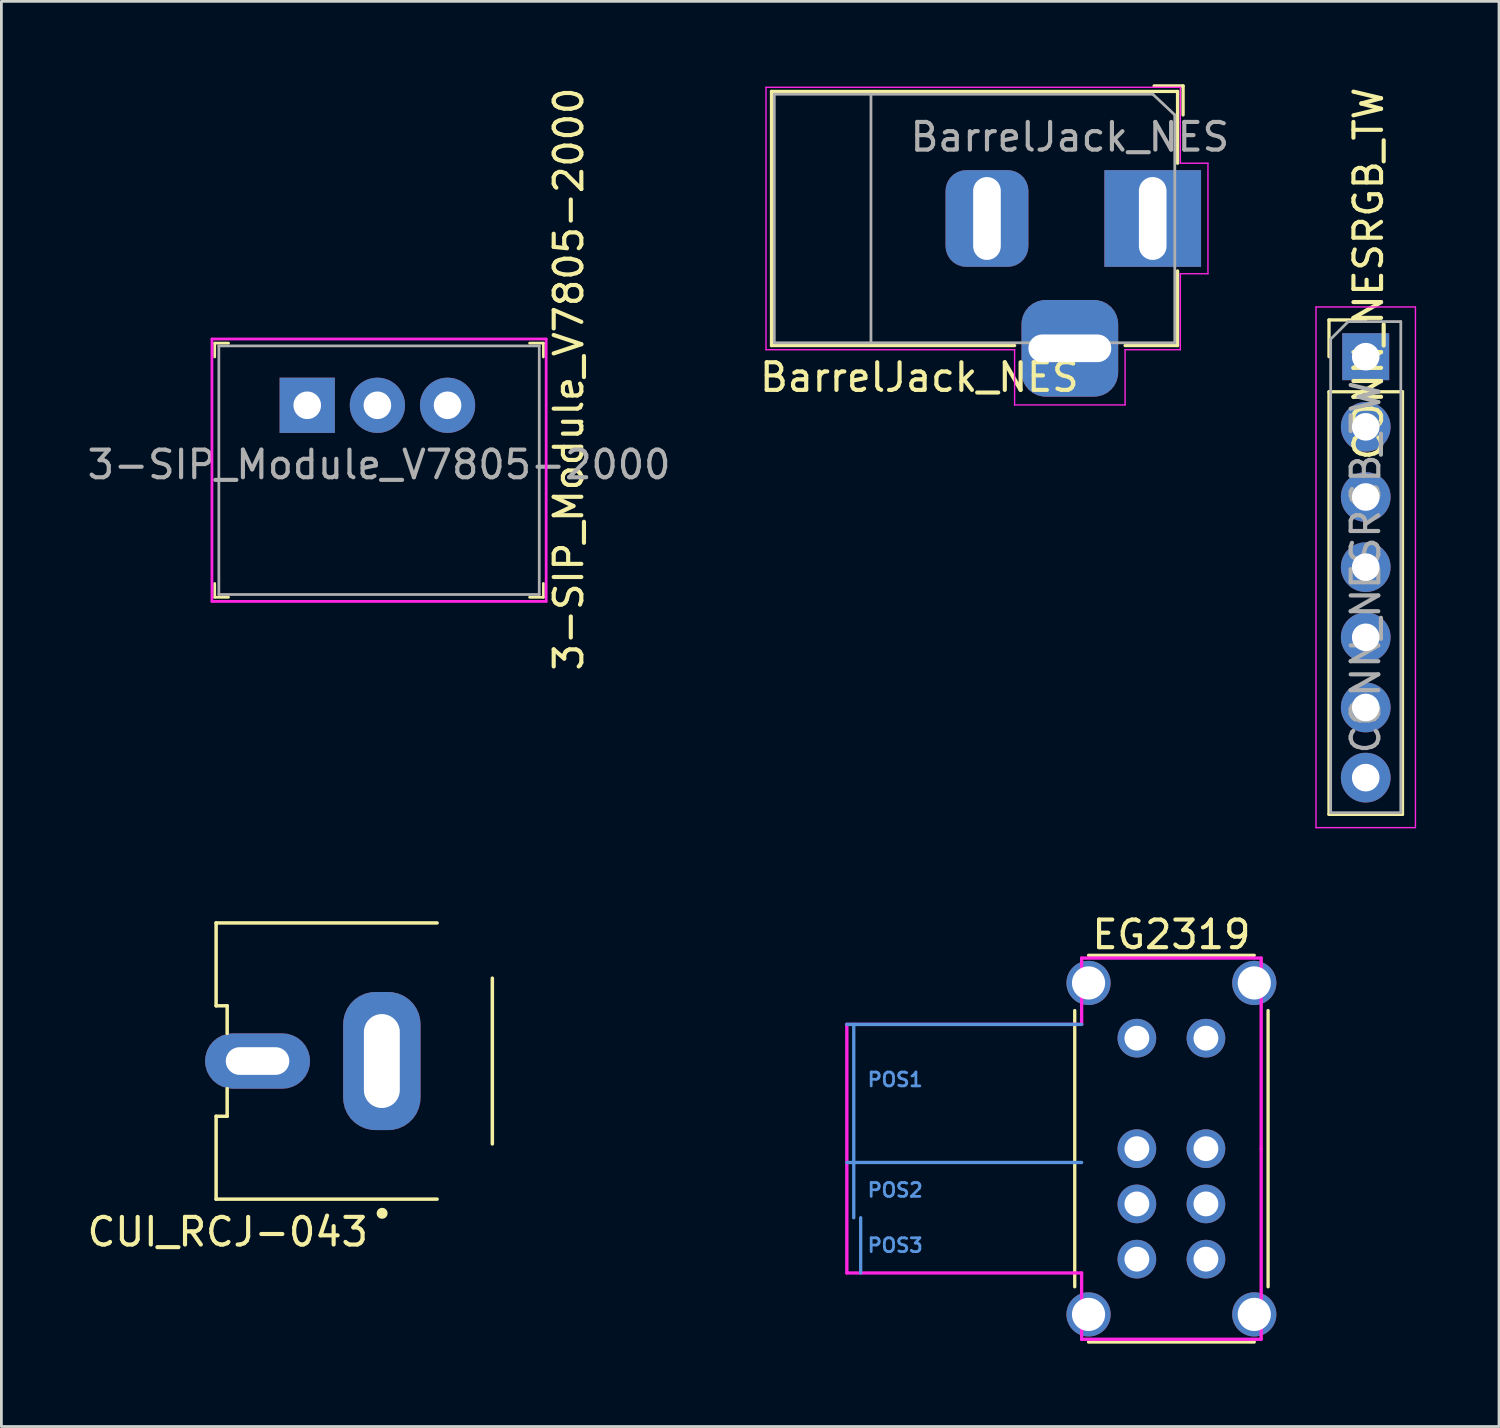
<source format=kicad_pcb>
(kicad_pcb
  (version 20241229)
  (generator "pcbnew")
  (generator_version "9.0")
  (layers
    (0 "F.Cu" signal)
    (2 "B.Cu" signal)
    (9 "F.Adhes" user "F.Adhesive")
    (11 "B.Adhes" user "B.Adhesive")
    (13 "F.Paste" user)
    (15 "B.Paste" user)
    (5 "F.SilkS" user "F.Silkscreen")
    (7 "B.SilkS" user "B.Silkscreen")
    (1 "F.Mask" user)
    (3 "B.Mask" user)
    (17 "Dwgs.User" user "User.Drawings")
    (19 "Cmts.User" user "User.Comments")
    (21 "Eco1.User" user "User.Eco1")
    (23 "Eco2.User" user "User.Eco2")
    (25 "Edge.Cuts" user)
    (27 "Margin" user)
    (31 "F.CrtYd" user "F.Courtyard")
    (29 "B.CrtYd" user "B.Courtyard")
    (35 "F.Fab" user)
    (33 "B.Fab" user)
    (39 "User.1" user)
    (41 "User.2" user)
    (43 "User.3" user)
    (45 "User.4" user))
  (footprint "EG2319"
    (layer "F.Cu")
    (at 39.359 38.536)
    (property "Reference" "EG2319" (at 0 -7.75 0) (layer "F.SilkS") (effects (font (size 1 1) (thickness 0.15))))
    (attr through_hole)
    (fp_line (start -3.5 -5) (end -3.5 5) (stroke (width 0.12) (type solid)) (layer "F.SilkS"))
    (fp_line (start -3 -7) (end 3 -7) (stroke (width 0.12) (type solid)) (layer "F.SilkS"))
    (fp_line (start -3 7) (end 3 7) (stroke (width 0.12) (type solid)) (layer "F.SilkS"))
    (fp_line (start 3.5 5) (end 3.5 -5) (stroke (width 0.12) (type solid)) (layer "F.SilkS"))
    (fp_line (start -11.75 0.5) (end -3.25 0.5) (stroke (width 0.12) (type solid)) (layer "Cmts.User"))
    (fp_line (start -11.5 -4.5) (end -11.5 0.5) (stroke (width 0.12) (type solid)) (layer "Cmts.User"))
    (fp_line (start -11.5 0.5) (end -11.5 2.5) (stroke (width 0.12) (type solid)) (layer "Cmts.User"))
    (fp_line (start -11.25 2.5) (end -11.25 4.5) (stroke (width 0.12) (type solid)) (layer "Cmts.User"))
    (fp_line (start -3.25 -4.5) (end -11.75 -4.5) (stroke (width 0.12) (type solid)) (layer "Cmts.User"))
    (fp_line (start -11.75 -4.5) (end -11.75 4.5) (stroke (width 0.12) (type solid)) (layer "F.CrtYd"))
    (fp_line (start -11.75 4.5) (end -3.25 4.5) (stroke (width 0.12) (type solid)) (layer "F.CrtYd"))
    (fp_line (start -3.25 -4.5) (end -11.75 -4.5) (stroke (width 0.12) (type solid)) (layer "F.CrtYd"))
    (fp_line (start -3.25 -4.5) (end -3.25 -6.9) (stroke (width 0.12) (type solid)) (layer "F.CrtYd"))
    (fp_line (start -3.25 4.5) (end -3.25 6.9) (stroke (width 0.12) (type solid)) (layer "F.CrtYd"))
    (fp_line (start -3.25 6.9) (end 3.25 6.9) (stroke (width 0.12) (type solid)) (layer "F.CrtYd"))
    (fp_line (start 3.25 -6.9) (end -3.25 -6.9) (stroke (width 0.12) (type solid)) (layer "F.CrtYd"))
    (fp_line (start 3.25 0) (end 3.25 -6.9) (stroke (width 0.12) (type solid)) (layer "F.CrtYd"))
    (fp_line (start 3.25 6.9) (end 3.25 0) (stroke (width 0.12) (type solid)) (layer "F.CrtYd"))
    (fp_text user "POS2" (at -10 1.5 0) (layer "Cmts.User") (effects (font (size 0.5 0.5) (thickness 0.1))))
    (fp_text user "POS1" (at -10 -2.5 0) (layer "Cmts.User") (effects (font (size 0.5 0.5) (thickness 0.1))))
    (fp_text user "POS3" (at -10 3.5 0) (layer "Cmts.User") (effects (font (size 0.5 0.5) (thickness 0.1))))
    (pad "" np_thru_hole circle (at -3 -6 270) (size 1.6 1.6) (drill 1.2) (layers "*.Cu" "*.Mask"))
    (pad "" np_thru_hole oval (at -3 6 90) (size 1.6 1.6) (drill 1.2) (layers "*.Cu" "*.Mask"))
    (pad "" np_thru_hole oval (at 3 -6 270) (size 1.6 1.6) (drill 1.2) (layers "*.Cu" "*.Mask"))
    (pad "" np_thru_hole oval (at 3 6 90) (size 1.6 1.6) (drill 1.2) (layers "*.Cu" "*.Mask"))
    (pad "1" thru_hole circle (at -1.25 -4 270) (size 1.4 1.4) (drill 0.9) (layers "*.Cu" "*.Mask"))
    (pad "2" thru_hole circle (at -1.25 0 270) (size 1.4 1.4) (drill 0.9) (layers "*.Cu" "*.Mask"))
    (pad "3" thru_hole circle (at -1.25 2 270) (size 1.4 1.4) (drill 0.9) (layers "*.Cu" "*.Mask"))
    (pad "4" thru_hole circle (at -1.25 4 270) (size 1.4 1.4) (drill 0.9) (layers "*.Cu" "*.Mask"))
    (pad "5" thru_hole circle (at 1.25 -4 270) (size 1.4 1.4) (drill 0.9) (layers "*.Cu" "*.Mask"))
    (pad "6" thru_hole circle (at 1.25 0 270) (size 1.4 1.4) (drill 0.9) (layers "*.Cu" "*.Mask"))
    (pad "7" thru_hole circle (at 1.25 2 270) (size 1.4 1.4) (drill 0.9) (layers "*.Cu" "*.Mask"))
    (pad "8" thru_hole circle (at 1.25 4 270) (size 1.4 1.4) (drill 0.9) (layers "*.Cu" "*.Mask")))
  (footprint "BarrelJack_NES"
    (layer "F.Cu")
    (at 38.682 4.86)
    (property "Reference" "BarrelJack_NES" (at -8.45 5.75 0) (layer "F.SilkS") (effects (font (size 1 1) (thickness 0.15))))
    (attr through_hole)
    (fp_line (start -13.8 -4.6) (end 0.9 -4.6) (stroke (width 0.12) (type solid)) (layer "F.SilkS"))
    (fp_line (start -13.8 4.6) (end -13.8 -4.6) (stroke (width 0.12) (type solid)) (layer "F.SilkS"))
    (fp_line (start -5 4.6) (end -13.8 4.6) (stroke (width 0.12) (type solid)) (layer "F.SilkS"))
    (fp_line (start 0.05 -4.8) (end 1.1 -4.8) (stroke (width 0.12) (type solid)) (layer "F.SilkS"))
    (fp_line (start 0.9 -4.6) (end 0.9 -2) (stroke (width 0.12) (type solid)) (layer "F.SilkS"))
    (fp_line (start 0.9 1.9) (end 0.9 4.6) (stroke (width 0.12) (type solid)) (layer "F.SilkS"))
    (fp_line (start 0.9 4.6) (end -1 4.6) (stroke (width 0.12) (type solid)) (layer "F.SilkS"))
    (fp_line (start 1.1 -3.75) (end 1.1 -4.8) (stroke (width 0.12) (type solid)) (layer "F.SilkS"))
    (fp_line (start -14 4.75) (end -14 -4.75) (stroke (width 0.05) (type solid)) (layer "F.CrtYd"))
    (fp_line (start -5 4.75) (end -14 4.75) (stroke (width 0.05) (type solid)) (layer "F.CrtYd"))
    (fp_line (start -5 6.75) (end -5 4.75) (stroke (width 0.05) (type solid)) (layer "F.CrtYd"))
    (fp_line (start -1 4.75) (end -1 6.75) (stroke (width 0.05) (type solid)) (layer "F.CrtYd"))
    (fp_line (start -1 6.75) (end -5 6.75) (stroke (width 0.05) (type solid)) (layer "F.CrtYd"))
    (fp_line (start 1 -4.75) (end -14 -4.75) (stroke (width 0.05) (type solid)) (layer "F.CrtYd"))
    (fp_line (start 1 -4.5) (end 1 -4.75) (stroke (width 0.05) (type solid)) (layer "F.CrtYd"))
    (fp_line (start 1 -4.5) (end 1 -2) (stroke (width 0.05) (type solid)) (layer "F.CrtYd"))
    (fp_line (start 1 -2) (end 2 -2) (stroke (width 0.05) (type solid)) (layer "F.CrtYd"))
    (fp_line (start 1 2) (end 1 4.75) (stroke (width 0.05) (type solid)) (layer "F.CrtYd"))
    (fp_line (start 1 4.75) (end -1 4.75) (stroke (width 0.05) (type solid)) (layer "F.CrtYd"))
    (fp_line (start 2 -2) (end 2 2) (stroke (width 0.05) (type solid)) (layer "F.CrtYd"))
    (fp_line (start 2 2) (end 1 2) (stroke (width 0.05) (type solid)) (layer "F.CrtYd"))
    (fp_line (start -13.7 -4.5) (end -13.7 4.5) (stroke (width 0.1) (type solid)) (layer "F.Fab"))
    (fp_line (start -13.7 4.5) (end 0.8 4.5) (stroke (width 0.1) (type solid)) (layer "F.Fab"))
    (fp_line (start -10.2 -4.5) (end -10.2 4.5) (stroke (width 0.1) (type solid)) (layer "F.Fab"))
    (fp_line (start -0.003 -4.505) (end 0.8 -3.75) (stroke (width 0.1) (type solid)) (layer "F.Fab"))
    (fp_line (start 0 -4.5) (end -13.7 -4.5) (stroke (width 0.1) (type solid)) (layer "F.Fab"))
    (fp_line (start 0.8 4.5) (end 0.8 -3.75) (stroke (width 0.1) (type solid)) (layer "F.Fab"))
    (fp_text user "${REFERENCE}" (at -3 -2.95 0) (layer "F.Fab") (effects (font (size 1 1) (thickness 0.15))))
    (pad "1" thru_hole rect (at 0 0) (size 3.5 3.5) (drill oval 1 3) (layers "*.Cu" "*.Mask"))
    (pad "2" thru_hole roundrect (at -6 0) (size 3 3.5) (drill oval 1 3) (layers "*.Cu" "*.Mask") (roundrect_rratio 0.25))
    (pad "3" thru_hole roundrect (at -3 4.7) (size 3.5 3.5) (drill oval 3 1) (layers "*.Cu" "*.Mask") (roundrect_rratio 0.25)))
  (footprint "3-SIP_Module_V7805-2000"
    (layer "F.Cu")
    (at 8.073 11.623)
    (property "Reference" "3-SIP_Module_V7805-2000" (at 9.468 -0.95 270) (layer "F.SilkS") (effects (font (size 1 1) (thickness 0.15))))
    (attr through_hole)
    (fp_line (start -3.35 -2.25) (end -3.35 -1.75) (stroke (width 0.1) (type solid)) (layer "F.SilkS"))
    (fp_line (start -3.35 -2.25) (end -2.85 -2.25) (stroke (width 0.1) (type solid)) (layer "F.SilkS"))
    (fp_line (start -3.35 6.95) (end -3.35 6.45) (stroke (width 0.1) (type solid)) (layer "F.SilkS"))
    (fp_line (start -3.35 6.95) (end -2.85 6.95) (stroke (width 0.1) (type solid)) (layer "F.SilkS"))
    (fp_line (start 8.55 -2.25) (end 8.05 -2.25) (stroke (width 0.1) (type solid)) (layer "F.SilkS"))
    (fp_line (start 8.55 -2.25) (end 8.55 -1.75) (stroke (width 0.1) (type solid)) (layer "F.SilkS"))
    (fp_line (start 8.55 6.95) (end 8.05 6.95) (stroke (width 0.1) (type solid)) (layer "F.SilkS"))
    (fp_line (start 8.55 6.95) (end 8.55 6.45) (stroke (width 0.1) (type solid)) (layer "F.SilkS"))
    (fp_line (start -3.45 7.1) (end -3.45 -2.4) (stroke (width 0.1) (type solid)) (layer "F.CrtYd"))
    (fp_line (start 8.65 -2.4) (end -3.45 -2.4) (stroke (width 0.1) (type solid)) (layer "F.CrtYd"))
    (fp_line (start 8.65 7.1) (end -3.45 7.1) (stroke (width 0.1) (type solid)) (layer "F.CrtYd"))
    (fp_line (start 8.65 7.1) (end 8.65 -2.4) (stroke (width 0.1) (type solid)) (layer "F.CrtYd"))
    (fp_line (start -3.2 -2.15) (end -3.2 6.85) (stroke (width 0.1) (type solid)) (layer "F.Fab"))
    (fp_line (start -3.2 -2.15) (end 8.4 -2.15) (stroke (width 0.1) (type solid)) (layer "F.Fab"))
    (fp_line (start -3.2 6.85) (end 8.4 6.85) (stroke (width 0.1) (type solid)) (layer "F.Fab"))
    (fp_line (start 8.4 -2.15) (end 8.4 6.85) (stroke (width 0.1) (type solid)) (layer "F.Fab"))
    (fp_text user "${REFERENCE}" (at 2.6 2.15 0) (layer "F.Fab") (effects (font (size 1 1) (thickness 0.15))))
    (pad "1" thru_hole rect (at 0 0) (size 2 2) (drill 1) (layers "*.Cu" "*.Mask"))
    (pad "2" thru_hole circle (at 2.54 0) (size 2 2) (drill 1) (layers "*.Cu" "*.Mask"))
    (pad "3" thru_hole circle (at 5.08 0) (size 2 2) (drill 1) (layers "*.Cu" "*.Mask")))
  (footprint "CUI_RCJ-043"
    (layer "F.Cu")
    (at 14.774 35.363)
    (property "Reference" "CUI_RCJ-043" (at -9.578 6.188 0) (layer "F.SilkS") (effects (font (size 1 1) (thickness 0.15))))
    (attr through_hole)
    (fp_line (start -10 -5) (end -2 -5) (stroke (width 0.127) (type solid)) (layer "F.SilkS"))
    (fp_line (start -10 -2) (end -10 -5) (stroke (width 0.127) (type solid)) (layer "F.SilkS"))
    (fp_line (start -10 2) (end -9.6 2) (stroke (width 0.127) (type solid)) (layer "F.SilkS"))
    (fp_line (start -10 5) (end -10 2) (stroke (width 0.127) (type solid)) (layer "F.SilkS"))
    (fp_line (start -10 5) (end -2 5) (stroke (width 0.127) (type solid)) (layer "F.SilkS"))
    (fp_line (start -9.6 -2) (end -10 -2) (stroke (width 0.127) (type solid)) (layer "F.SilkS"))
    (fp_line (start -9.6 -1) (end -9.6 -2) (stroke (width 0.127) (type solid)) (layer "F.SilkS"))
    (fp_line (start -9.6 2) (end -9.6 1) (stroke (width 0.127) (type solid)) (layer "F.SilkS"))
    (fp_line (start 0 3) (end 0 -3) (stroke (width 0.127) (type solid)) (layer "F.SilkS"))
    (fp_circle (center -3.99 5.513) (end -3.89 5.513) (stroke (width 0.2) (type solid)) (fill no) (layer "F.SilkS"))
    (fp_line (start -10.45 -5.25) (end -10.45 5.25) (stroke (width 0.05) (type solid)) (layer "Eco1.User"))
    (fp_line (start -10.45 5.25) (end -1.95 5.25) (stroke (width 0.05) (type solid)) (layer "Eco1.User"))
    (fp_line (start -1.95 -5.4) (end -1.95 -5.25) (stroke (width 0.05) (type solid)) (layer "Eco1.User"))
    (fp_line (start -1.95 -5.25) (end -10.45 -5.25) (stroke (width 0.05) (type solid)) (layer "Eco1.User"))
    (fp_line (start -1.95 5.25) (end -1.95 5.4) (stroke (width 0.05) (type solid)) (layer "Eco1.User"))
    (fp_line (start -1.95 5.4) (end 0.25 5.4) (stroke (width 0.05) (type solid)) (layer "Eco1.User"))
    (fp_line (start 0.25 -5.4) (end -1.95 -5.4) (stroke (width 0.05) (type solid)) (layer "Eco1.User"))
    (fp_line (start 0.25 -4.4) (end 0.25 -5.4) (stroke (width 0.05) (type solid)) (layer "Eco1.User"))
    (fp_line (start 0.25 4.4) (end 9.75 4.4) (stroke (width 0.05) (type solid)) (layer "Eco1.User"))
    (fp_line (start 0.25 5.4) (end 0.25 4.4) (stroke (width 0.05) (type solid)) (layer "Eco1.User"))
    (fp_line (start 9.75 -4.4) (end 0.25 -4.4) (stroke (width 0.05) (type solid)) (layer "Eco1.User"))
    (fp_line (start 9.75 4.4) (end 9.75 -4.4) (stroke (width 0.05) (type solid)) (layer "Eco1.User"))
    (fp_line (start -10 -5) (end 0 -5) (stroke (width 0.127) (type solid)) (layer "Eco2.User"))
    (fp_line (start -10 -2) (end -10 -5) (stroke (width 0.127) (type solid)) (layer "Eco2.User"))
    (fp_line (start -10 2) (end -9.6 2) (stroke (width 0.127) (type solid)) (layer "Eco2.User"))
    (fp_line (start -10 5) (end -10 2) (stroke (width 0.127) (type solid)) (layer "Eco2.User"))
    (fp_line (start -9.6 -2) (end -10 -2) (stroke (width 0.127) (type solid)) (layer "Eco2.User"))
    (fp_line (start -9.6 2) (end -9.6 -2) (stroke (width 0.127) (type solid)) (layer "Eco2.User"))
    (fp_line (start -9.59 0) (end 9.5 0) (stroke (width 0.05) (type solid)) (layer "Eco2.User"))
    (fp_line (start 0 -5) (end 0 -4.15) (stroke (width 0.127) (type solid)) (layer "Eco2.User"))
    (fp_line (start 0 -4.15) (end 0 4.15) (stroke (width 0.127) (type solid)) (layer "Eco2.User"))
    (fp_line (start 0 -4.15) (end 8.91 -4.15) (stroke (width 0.127) (type solid)) (layer "Eco2.User"))
    (fp_line (start 0 4.15) (end 0 5) (stroke (width 0.127) (type solid)) (layer "Eco2.User"))
    (fp_line (start 0 5) (end -10 5) (stroke (width 0.127) (type solid)) (layer "Eco2.User"))
    (fp_line (start 9.11 4.15) (end 0 4.15) (stroke (width 0.127) (type solid)) (layer "Eco2.User"))
    (fp_line (start 9.5 -3.56) (end 9.5 3.76) (stroke (width 0.127) (type solid)) (layer "Eco2.User"))
    (fp_arc (start 8.91 -4.15) (mid 9.327193 -3.977193) (end 9.5 -3.56) (stroke (width 0.127) (type solid)) (layer "Eco2.User"))
    (fp_arc (start 9.5 3.76) (mid 9.385772 4.035772) (end 9.11 4.15) (stroke (width 0.127) (type solid)) (layer "Eco2.User"))
    (fp_circle (center -3.99 3.1) (end -3.89 3.1) (stroke (width 0.2) (type solid)) (fill no) (layer "Eco2.User"))
    (fp_line (start -1.7 -5.15) (end -1.7 -3.35) (stroke (width 0.0001) (type solid)) (layer "Edge.Cuts"))
    (fp_line (start -1.7 -3.35) (end 0 -3.35) (stroke (width 0.0001) (type solid)) (layer "Edge.Cuts"))
    (fp_line (start -1.7 3.35) (end -1.7 5.15) (stroke (width 0.0001) (type solid)) (layer "Edge.Cuts"))
    (fp_line (start -1.7 5.15) (end 0 5.15) (stroke (width 0.0001) (type solid)) (layer "Edge.Cuts"))
    (fp_line (start 0 -5.15) (end -1.7 -5.15) (stroke (width 0.0001) (type solid)) (layer "Edge.Cuts"))
    (fp_line (start 0 -3.35) (end 0 -5.15) (stroke (width 0.0001) (type solid)) (layer "Edge.Cuts"))
    (fp_line (start 0 3.35) (end -1.7 3.35) (stroke (width 0.0001) (type solid)) (layer "Edge.Cuts"))
    (fp_line (start 0 5.15) (end 0 3.35) (stroke (width 0.0001) (type solid)) (layer "Edge.Cuts"))
    (pad "1" thru_hole roundrect (at -8.5 0 180) (size 3.8 2) (drill oval 2.3 1) (layers "*.Cu" "*.Mask") (roundrect_rratio 0.5))
    (pad "2" thru_hole roundrect (at -4 0 90) (size 5 2.8) (drill oval 3.4 1.3) (layers "*.Cu" "*.Mask") (roundrect_rratio 0.417)))
  (footprint "CONN_NESRGB_TW"
    (layer "F.Cu")
    (at 46.394 9.863)
    (property "Reference" "CONN_NESRGB_TW" (at 0.1 -3 90) (layer "F.SilkS") (effects (font (size 1 1) (thickness 0.15))))
    (attr through_hole)
    (fp_line (start -1.33 -1.33) (end 0 -1.33) (stroke (width 0.12) (type solid)) (layer "F.SilkS"))
    (fp_line (start -1.33 0) (end -1.33 -1.33) (stroke (width 0.12) (type solid)) (layer "F.SilkS"))
    (fp_line (start -1.33 1.27) (end -1.33 16.57) (stroke (width 0.12) (type solid)) (layer "F.SilkS"))
    (fp_line (start -1.33 1.27) (end 1.33 1.27) (stroke (width 0.12) (type solid)) (layer "F.SilkS"))
    (fp_line (start -1.33 16.57) (end 1.33 16.57) (stroke (width 0.12) (type solid)) (layer "F.SilkS"))
    (fp_line (start 1.33 1.27) (end 1.33 16.57) (stroke (width 0.12) (type solid)) (layer "F.SilkS"))
    (fp_line (start -1.8 -1.8) (end -1.8 17.05) (stroke (width 0.05) (type solid)) (layer "F.CrtYd"))
    (fp_line (start -1.8 17.05) (end 1.8 17.05) (stroke (width 0.05) (type solid)) (layer "F.CrtYd"))
    (fp_line (start 1.8 -1.8) (end -1.8 -1.8) (stroke (width 0.05) (type solid)) (layer "F.CrtYd"))
    (fp_line (start 1.8 17.05) (end 1.8 -1.8) (stroke (width 0.05) (type solid)) (layer "F.CrtYd"))
    (fp_line (start -1.27 -0.635) (end -0.635 -1.27) (stroke (width 0.1) (type solid)) (layer "F.Fab"))
    (fp_line (start -1.27 16.51) (end -1.27 -0.635) (stroke (width 0.1) (type solid)) (layer "F.Fab"))
    (fp_line (start -0.635 -1.27) (end 1.27 -1.27) (stroke (width 0.1) (type solid)) (layer "F.Fab"))
    (fp_line (start 1.27 -1.27) (end 1.27 16.51) (stroke (width 0.1) (type solid)) (layer "F.Fab"))
    (fp_line (start 1.27 16.51) (end -1.27 16.51) (stroke (width 0.1) (type solid)) (layer "F.Fab"))
    (fp_text user "${REFERENCE}" (at 0 7.62 270) (layer "F.Fab") (effects (font (size 1 1) (thickness 0.15))))
    (pad "1" thru_hole rect (at 0 0) (size 1.7 1.7) (drill 1) (layers "*.Cu" "*.Mask"))
    (pad "2" thru_hole oval (at 0 2.54) (size 1.8 1.8) (drill 1) (layers "*.Cu" "*.Mask"))
    (pad "3" thru_hole oval (at 0 5.08) (size 1.8 1.8) (drill 1) (layers "*.Cu" "*.Mask"))
    (pad "4" thru_hole oval (at 0 7.62) (size 1.8 1.8) (drill 1) (layers "*.Cu" "*.Mask"))
    (pad "5" thru_hole oval (at 0 10.16) (size 1.8 1.8) (drill 1) (layers "*.Cu" "*.Mask"))
    (pad "6" thru_hole oval (at 0 12.7) (size 1.8 1.8) (drill 1) (layers "*.Cu" "*.Mask"))
    (pad "7" thru_hole oval (at 0 15.24) (size 1.8 1.8) (drill 1) (layers "*.Cu" "*.Mask")))
  (gr_rect
    (start -3 -3)
    (end 51.219 48.596)
    (stroke (width 0.1) (type default))
    (fill no)
    (layer "Edge.Cuts")))
</source>
